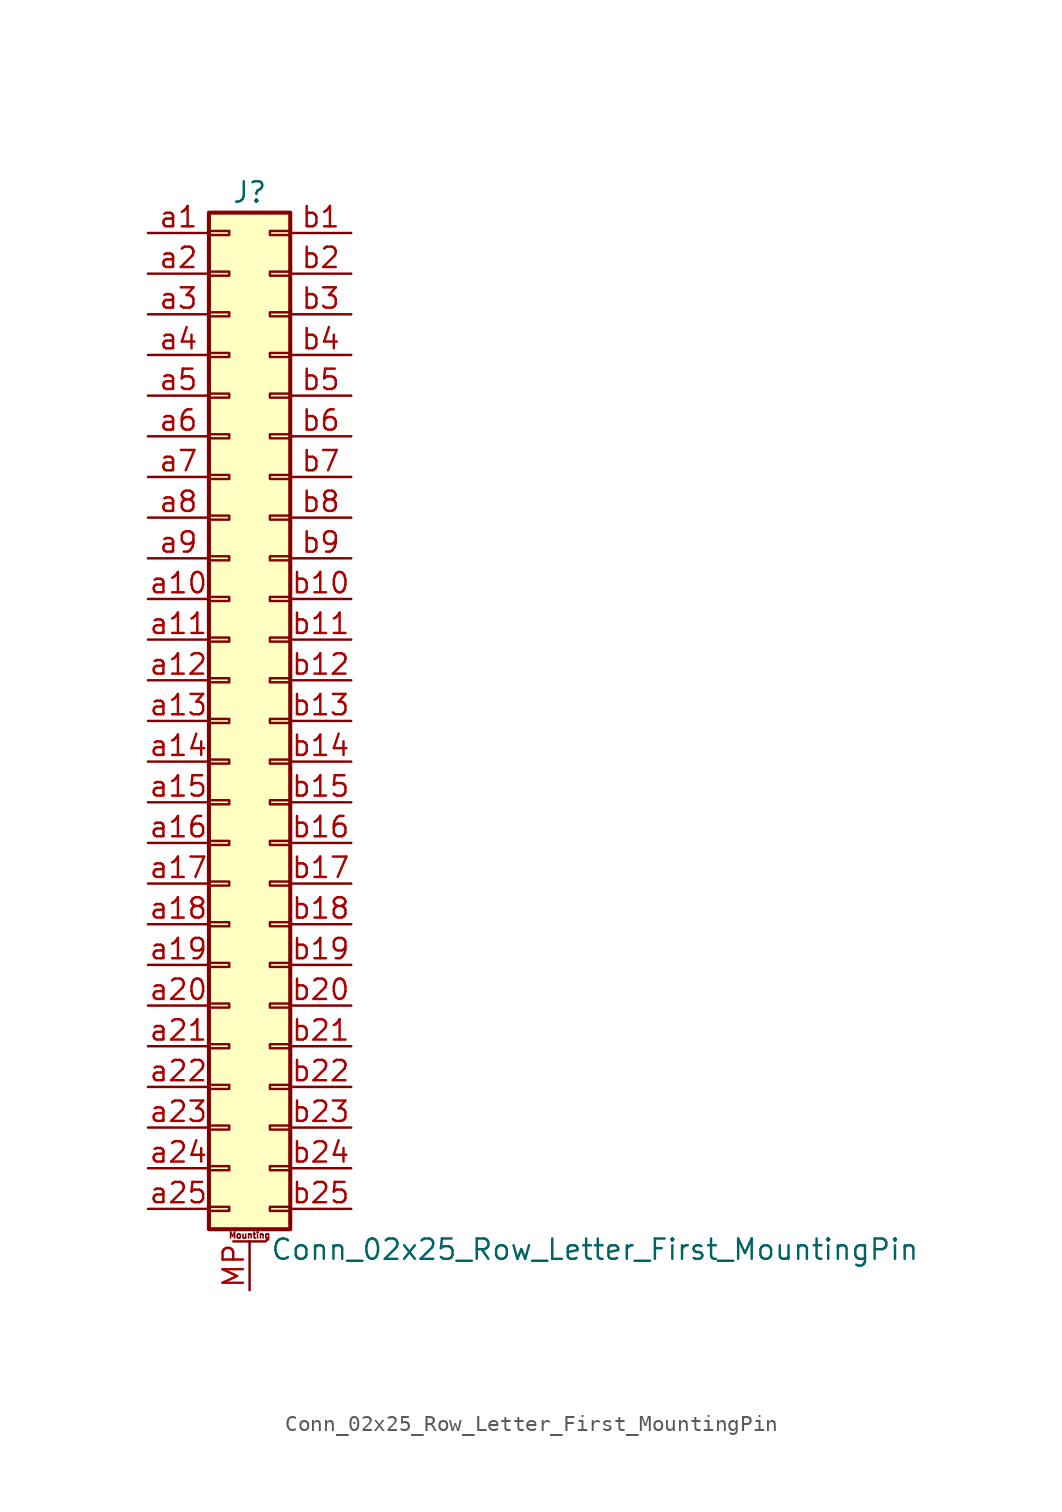
<source format=kicad_sym>
(kicad_symbol_lib
  (version 20220914)
  (generator kicad_symbol_editor)
  (symbol "Conn_02x25_Row_Letter_First_MountingPin"
    (pin_names
      (offset 1.016) hide)
    (property "Reference" "J"
      (at 1.27 33.02 0)
      (effects (font (size 1.27 1.27))))
    (property "Value" "Conn_02x25_Row_Letter_First_MountingPin"
      (at 2.54 -33.02 0)
      (effects (font (size 1.27 1.27)) (justify left)))
    (symbol "Conn_02x25_Row_Letter_First_MountingPin_1_1"
      (rectangle (start -1.27 -30.353) (end 0 -30.607) (stroke (width 0.152) (type default)) (fill (type none)))
      (rectangle (start -1.27 -27.813) (end 0 -28.067) (stroke (width 0.152) (type default)) (fill (type none)))
      (rectangle (start -1.27 -25.273) (end 0 -25.527) (stroke (width 0.152) (type default)) (fill (type none)))
      (rectangle (start -1.27 -22.733) (end 0 -22.987) (stroke (width 0.152) (type default)) (fill (type none)))
      (rectangle (start -1.27 -20.193) (end 0 -20.447) (stroke (width 0.152) (type default)) (fill (type none)))
      (rectangle (start -1.27 -17.653) (end 0 -17.907) (stroke (width 0.152) (type default)) (fill (type none)))
      (rectangle (start -1.27 -15.113) (end 0 -15.367) (stroke (width 0.152) (type default)) (fill (type none)))
      (rectangle (start -1.27 -12.573) (end 0 -12.827) (stroke (width 0.152) (type default)) (fill (type none)))
      (rectangle (start -1.27 -10.033) (end 0 -10.287) (stroke (width 0.152) (type default)) (fill (type none)))
      (rectangle (start -1.27 -7.493) (end 0 -7.747) (stroke (width 0.152) (type default)) (fill (type none)))
      (rectangle (start -1.27 -4.953) (end 0 -5.207) (stroke (width 0.152) (type default)) (fill (type none)))
      (rectangle (start -1.27 -2.413) (end 0 -2.667) (stroke (width 0.152) (type default)) (fill (type none)))
      (rectangle (start -1.27 0.127) (end 0 -0.127) (stroke (width 0.152) (type default)) (fill (type none)))
      (rectangle (start -1.27 2.667) (end 0 2.413) (stroke (width 0.152) (type default)) (fill (type none)))
      (rectangle (start -1.27 5.207) (end 0 4.953) (stroke (width 0.152) (type default)) (fill (type none)))
      (rectangle (start -1.27 7.747) (end 0 7.493) (stroke (width 0.152) (type default)) (fill (type none)))
      (rectangle (start -1.27 10.287) (end 0 10.033) (stroke (width 0.152) (type default)) (fill (type none)))
      (rectangle (start -1.27 12.827) (end 0 12.573) (stroke (width 0.152) (type default)) (fill (type none)))
      (rectangle (start -1.27 15.367) (end 0 15.113) (stroke (width 0.152) (type default)) (fill (type none)))
      (rectangle (start -1.27 17.907) (end 0 17.653) (stroke (width 0.152) (type default)) (fill (type none)))
      (rectangle (start -1.27 20.447) (end 0 20.193) (stroke (width 0.152) (type default)) (fill (type none)))
      (rectangle (start -1.27 22.987) (end 0 22.733) (stroke (width 0.152) (type default)) (fill (type none)))
      (rectangle (start -1.27 25.527) (end 0 25.273) (stroke (width 0.152) (type default)) (fill (type none)))
      (rectangle (start -1.27 28.067) (end 0 27.813) (stroke (width 0.152) (type default)) (fill (type none)))
      (rectangle (start -1.27 30.607) (end 0 30.353) (stroke (width 0.152) (type default)) (fill (type none)))
      (rectangle (start -1.27 31.75) (end 3.81 -31.75) (stroke (width 0.254) (type default)) (fill (type background)))
      (polyline (pts (xy 0.254 -32.512) (xy 2.286 -32.512)) (stroke (width 0.152) (type default)) (fill (type none)))
      (rectangle (start 3.81 -30.353) (end 2.54 -30.607) (stroke (width 0.152) (type default)) (fill (type none)))
      (rectangle (start 3.81 -27.813) (end 2.54 -28.067) (stroke (width 0.152) (type default)) (fill (type none)))
      (rectangle (start 3.81 -25.273) (end 2.54 -25.527) (stroke (width 0.152) (type default)) (fill (type none)))
      (rectangle (start 3.81 -22.733) (end 2.54 -22.987) (stroke (width 0.152) (type default)) (fill (type none)))
      (rectangle (start 3.81 -20.193) (end 2.54 -20.447) (stroke (width 0.152) (type default)) (fill (type none)))
      (rectangle (start 3.81 -17.653) (end 2.54 -17.907) (stroke (width 0.152) (type default)) (fill (type none)))
      (rectangle (start 3.81 -15.113) (end 2.54 -15.367) (stroke (width 0.152) (type default)) (fill (type none)))
      (rectangle (start 3.81 -12.573) (end 2.54 -12.827) (stroke (width 0.152) (type default)) (fill (type none)))
      (rectangle (start 3.81 -10.033) (end 2.54 -10.287) (stroke (width 0.152) (type default)) (fill (type none)))
      (rectangle (start 3.81 -7.493) (end 2.54 -7.747) (stroke (width 0.152) (type default)) (fill (type none)))
      (rectangle (start 3.81 -4.953) (end 2.54 -5.207) (stroke (width 0.152) (type default)) (fill (type none)))
      (rectangle (start 3.81 -2.413) (end 2.54 -2.667) (stroke (width 0.152) (type default)) (fill (type none)))
      (rectangle (start 3.81 0.127) (end 2.54 -0.127) (stroke (width 0.152) (type default)) (fill (type none)))
      (rectangle (start 3.81 2.667) (end 2.54 2.413) (stroke (width 0.152) (type default)) (fill (type none)))
      (rectangle (start 3.81 5.207) (end 2.54 4.953) (stroke (width 0.152) (type default)) (fill (type none)))
      (rectangle (start 3.81 7.747) (end 2.54 7.493) (stroke (width 0.152) (type default)) (fill (type none)))
      (rectangle (start 3.81 10.287) (end 2.54 10.033) (stroke (width 0.152) (type default)) (fill (type none)))
      (rectangle (start 3.81 12.827) (end 2.54 12.573) (stroke (width 0.152) (type default)) (fill (type none)))
      (rectangle (start 3.81 15.367) (end 2.54 15.113) (stroke (width 0.152) (type default)) (fill (type none)))
      (rectangle (start 3.81 17.907) (end 2.54 17.653) (stroke (width 0.152) (type default)) (fill (type none)))
      (rectangle (start 3.81 20.447) (end 2.54 20.193) (stroke (width 0.152) (type default)) (fill (type none)))
      (rectangle (start 3.81 22.987) (end 2.54 22.733) (stroke (width 0.152) (type default)) (fill (type none)))
      (rectangle (start 3.81 25.527) (end 2.54 25.273) (stroke (width 0.152) (type default)) (fill (type none)))
      (rectangle (start 3.81 28.067) (end 2.54 27.813) (stroke (width 0.152) (type default)) (fill (type none)))
      (rectangle (start 3.81 30.607) (end 2.54 30.353) (stroke (width 0.152) (type default)) (fill (type none)))
      (text "Mounting" (at 1.27 -32.131 0) (effects (font (size 0.381 0.381))))
      (pin passive line (at 1.27 -35.56 90) (length 3.048) (name "MountPin" (effects (font (size 1.27 1.27)))) (number "MP" (effects (font (size 1.27 1.27)))))
      (pin passive line (at -5.08 30.48 0) (length 3.81) (name "Pin_a1" (effects (font (size 1.27 1.27)))) (number "a1" (effects (font (size 1.27 1.27)))))
      (pin passive line (at -5.08 7.62 0) (length 3.81) (name "Pin_a10" (effects (font (size 1.27 1.27)))) (number "a10" (effects (font (size 1.27 1.27)))))
      (pin passive line (at -5.08 5.08 0) (length 3.81) (name "Pin_a11" (effects (font (size 1.27 1.27)))) (number "a11" (effects (font (size 1.27 1.27)))))
      (pin passive line (at -5.08 2.54 0) (length 3.81) (name "Pin_a12" (effects (font (size 1.27 1.27)))) (number "a12" (effects (font (size 1.27 1.27)))))
      (pin passive line (at -5.08 0 0) (length 3.81) (name "Pin_a13" (effects (font (size 1.27 1.27)))) (number "a13" (effects (font (size 1.27 1.27)))))
      (pin passive line (at -5.08 -2.54 0) (length 3.81) (name "Pin_a14" (effects (font (size 1.27 1.27)))) (number "a14" (effects (font (size 1.27 1.27)))))
      (pin passive line (at -5.08 -5.08 0) (length 3.81) (name "Pin_a15" (effects (font (size 1.27 1.27)))) (number "a15" (effects (font (size 1.27 1.27)))))
      (pin passive line (at -5.08 -7.62 0) (length 3.81) (name "Pin_a16" (effects (font (size 1.27 1.27)))) (number "a16" (effects (font (size 1.27 1.27)))))
      (pin passive line (at -5.08 -10.16 0) (length 3.81) (name "Pin_a17" (effects (font (size 1.27 1.27)))) (number "a17" (effects (font (size 1.27 1.27)))))
      (pin passive line (at -5.08 -12.7 0) (length 3.81) (name "Pin_a18" (effects (font (size 1.27 1.27)))) (number "a18" (effects (font (size 1.27 1.27)))))
      (pin passive line (at -5.08 -15.24 0) (length 3.81) (name "Pin_a19" (effects (font (size 1.27 1.27)))) (number "a19" (effects (font (size 1.27 1.27)))))
      (pin passive line (at -5.08 27.94 0) (length 3.81) (name "Pin_a2" (effects (font (size 1.27 1.27)))) (number "a2" (effects (font (size 1.27 1.27)))))
      (pin passive line (at -5.08 -17.78 0) (length 3.81) (name "Pin_a20" (effects (font (size 1.27 1.27)))) (number "a20" (effects (font (size 1.27 1.27)))))
      (pin passive line (at -5.08 -20.32 0) (length 3.81) (name "Pin_a21" (effects (font (size 1.27 1.27)))) (number "a21" (effects (font (size 1.27 1.27)))))
      (pin passive line (at -5.08 -22.86 0) (length 3.81) (name "Pin_a22" (effects (font (size 1.27 1.27)))) (number "a22" (effects (font (size 1.27 1.27)))))
      (pin passive line (at -5.08 -25.4 0) (length 3.81) (name "Pin_a23" (effects (font (size 1.27 1.27)))) (number "a23" (effects (font (size 1.27 1.27)))))
      (pin passive line (at -5.08 -27.94 0) (length 3.81) (name "Pin_a24" (effects (font (size 1.27 1.27)))) (number "a24" (effects (font (size 1.27 1.27)))))
      (pin passive line (at -5.08 -30.48 0) (length 3.81) (name "Pin_a25" (effects (font (size 1.27 1.27)))) (number "a25" (effects (font (size 1.27 1.27)))))
      (pin passive line (at -5.08 25.4 0) (length 3.81) (name "Pin_a3" (effects (font (size 1.27 1.27)))) (number "a3" (effects (font (size 1.27 1.27)))))
      (pin passive line (at -5.08 22.86 0) (length 3.81) (name "Pin_a4" (effects (font (size 1.27 1.27)))) (number "a4" (effects (font (size 1.27 1.27)))))
      (pin passive line (at -5.08 20.32 0) (length 3.81) (name "Pin_a5" (effects (font (size 1.27 1.27)))) (number "a5" (effects (font (size 1.27 1.27)))))
      (pin passive line (at -5.08 17.78 0) (length 3.81) (name "Pin_a6" (effects (font (size 1.27 1.27)))) (number "a6" (effects (font (size 1.27 1.27)))))
      (pin passive line (at -5.08 15.24 0) (length 3.81) (name "Pin_a7" (effects (font (size 1.27 1.27)))) (number "a7" (effects (font (size 1.27 1.27)))))
      (pin passive line (at -5.08 12.7 0) (length 3.81) (name "Pin_a8" (effects (font (size 1.27 1.27)))) (number "a8" (effects (font (size 1.27 1.27)))))
      (pin passive line (at -5.08 10.16 0) (length 3.81) (name "Pin_a9" (effects (font (size 1.27 1.27)))) (number "a9" (effects (font (size 1.27 1.27)))))
      (pin passive line (at 7.62 30.48 180) (length 3.81) (name "Pin_b1" (effects (font (size 1.27 1.27)))) (number "b1" (effects (font (size 1.27 1.27)))))
      (pin passive line (at 7.62 7.62 180) (length 3.81) (name "Pin_b10" (effects (font (size 1.27 1.27)))) (number "b10" (effects (font (size 1.27 1.27)))))
      (pin passive line (at 7.62 5.08 180) (length 3.81) (name "Pin_b11" (effects (font (size 1.27 1.27)))) (number "b11" (effects (font (size 1.27 1.27)))))
      (pin passive line (at 7.62 2.54 180) (length 3.81) (name "Pin_b12" (effects (font (size 1.27 1.27)))) (number "b12" (effects (font (size 1.27 1.27)))))
      (pin passive line (at 7.62 0 180) (length 3.81) (name "Pin_b13" (effects (font (size 1.27 1.27)))) (number "b13" (effects (font (size 1.27 1.27)))))
      (pin passive line (at 7.62 -2.54 180) (length 3.81) (name "Pin_b14" (effects (font (size 1.27 1.27)))) (number "b14" (effects (font (size 1.27 1.27)))))
      (pin passive line (at 7.62 -5.08 180) (length 3.81) (name "Pin_b15" (effects (font (size 1.27 1.27)))) (number "b15" (effects (font (size 1.27 1.27)))))
      (pin passive line (at 7.62 -7.62 180) (length 3.81) (name "Pin_b16" (effects (font (size 1.27 1.27)))) (number "b16" (effects (font (size 1.27 1.27)))))
      (pin passive line (at 7.62 -10.16 180) (length 3.81) (name "Pin_b17" (effects (font (size 1.27 1.27)))) (number "b17" (effects (font (size 1.27 1.27)))))
      (pin passive line (at 7.62 -12.7 180) (length 3.81) (name "Pin_b18" (effects (font (size 1.27 1.27)))) (number "b18" (effects (font (size 1.27 1.27)))))
      (pin passive line (at 7.62 -15.24 180) (length 3.81) (name "Pin_b19" (effects (font (size 1.27 1.27)))) (number "b19" (effects (font (size 1.27 1.27)))))
      (pin passive line (at 7.62 27.94 180) (length 3.81) (name "Pin_b2" (effects (font (size 1.27 1.27)))) (number "b2" (effects (font (size 1.27 1.27)))))
      (pin passive line (at 7.62 -17.78 180) (length 3.81) (name "Pin_b20" (effects (font (size 1.27 1.27)))) (number "b20" (effects (font (size 1.27 1.27)))))
      (pin passive line (at 7.62 -20.32 180) (length 3.81) (name "Pin_b21" (effects (font (size 1.27 1.27)))) (number "b21" (effects (font (size 1.27 1.27)))))
      (pin passive line (at 7.62 -22.86 180) (length 3.81) (name "Pin_b22" (effects (font (size 1.27 1.27)))) (number "b22" (effects (font (size 1.27 1.27)))))
      (pin passive line (at 7.62 -25.4 180) (length 3.81) (name "Pin_b23" (effects (font (size 1.27 1.27)))) (number "b23" (effects (font (size 1.27 1.27)))))
      (pin passive line (at 7.62 -27.94 180) (length 3.81) (name "Pin_b24" (effects (font (size 1.27 1.27)))) (number "b24" (effects (font (size 1.27 1.27)))))
      (pin passive line (at 7.62 -30.48 180) (length 3.81) (name "Pin_b25" (effects (font (size 1.27 1.27)))) (number "b25" (effects (font (size 1.27 1.27)))))
      (pin passive line (at 7.62 25.4 180) (length 3.81) (name "Pin_b3" (effects (font (size 1.27 1.27)))) (number "b3" (effects (font (size 1.27 1.27)))))
      (pin passive line (at 7.62 22.86 180) (length 3.81) (name "Pin_b4" (effects (font (size 1.27 1.27)))) (number "b4" (effects (font (size 1.27 1.27)))))
      (pin passive line (at 7.62 20.32 180) (length 3.81) (name "Pin_b5" (effects (font (size 1.27 1.27)))) (number "b5" (effects (font (size 1.27 1.27)))))
      (pin passive line (at 7.62 17.78 180) (length 3.81) (name "Pin_b6" (effects (font (size 1.27 1.27)))) (number "b6" (effects (font (size 1.27 1.27)))))
      (pin passive line (at 7.62 15.24 180) (length 3.81) (name "Pin_b7" (effects (font (size 1.27 1.27)))) (number "b7" (effects (font (size 1.27 1.27)))))
      (pin passive line (at 7.62 12.7 180) (length 3.81) (name "Pin_b8" (effects (font (size 1.27 1.27)))) (number "b8" (effects (font (size 1.27 1.27)))))
      (pin passive line (at 7.62 10.16 180) (length 3.81) (name "Pin_b9" (effects (font (size 1.27 1.27)))) (number "b9" (effects (font (size 1.27 1.27))))))))
</source>
